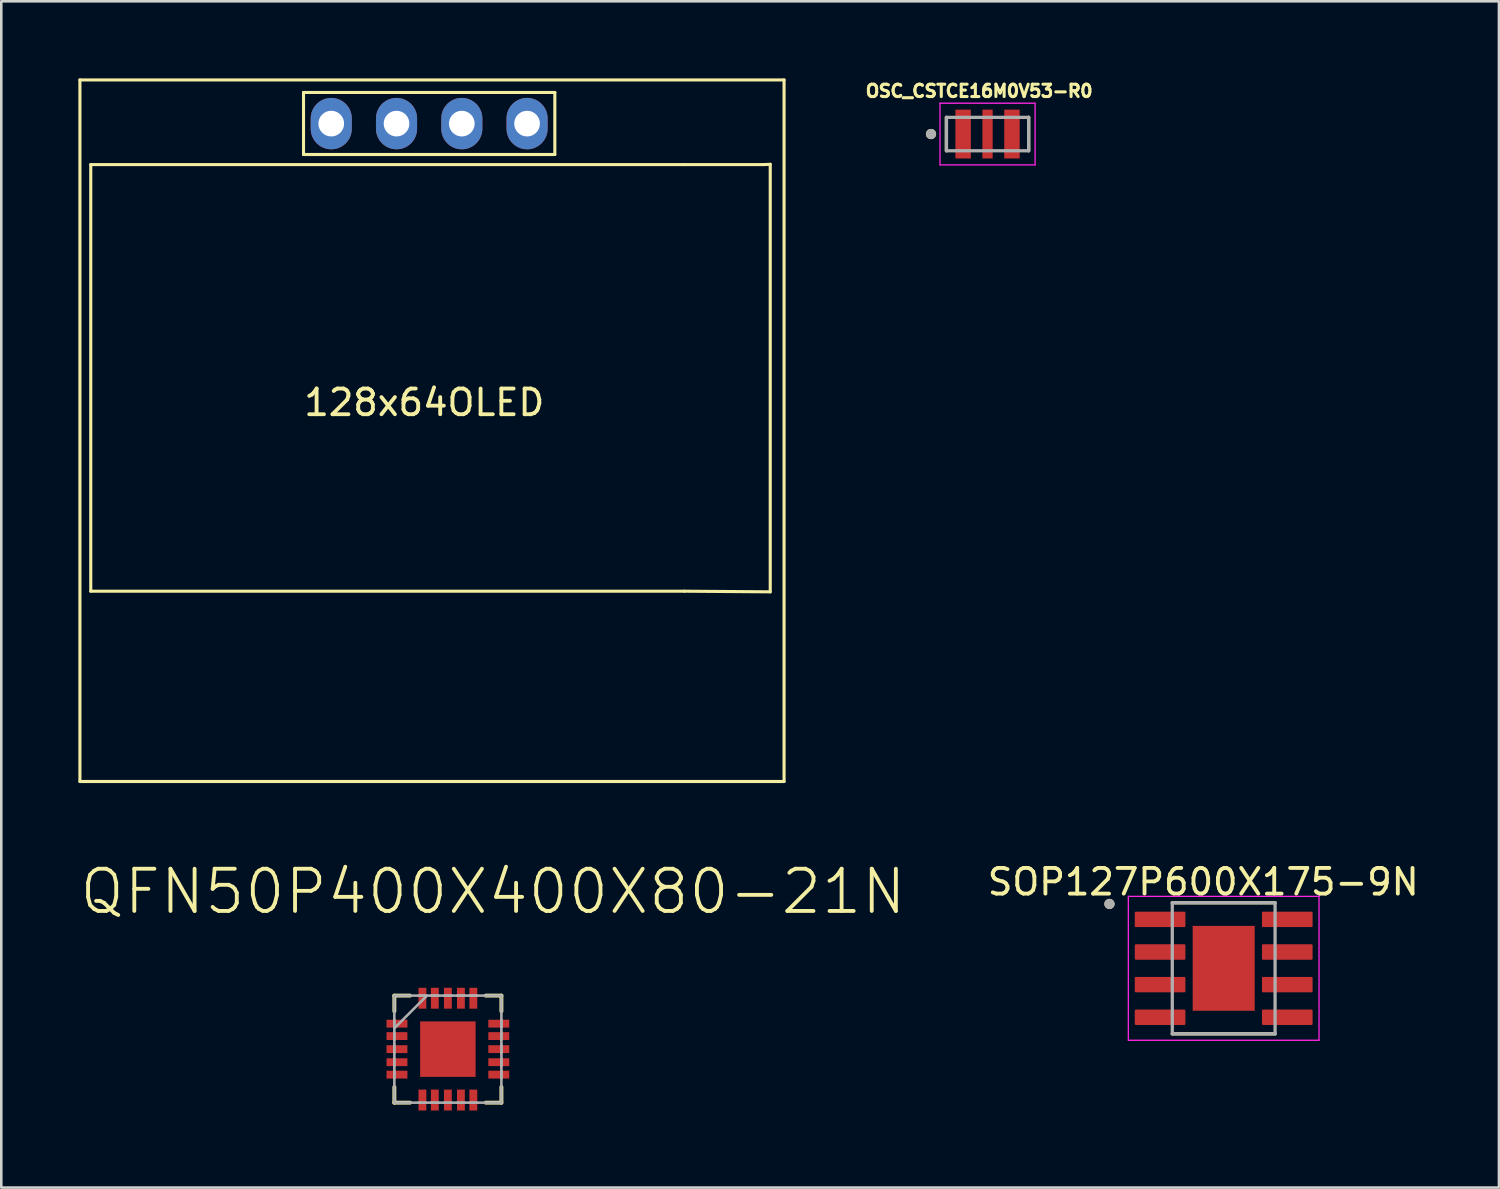
<source format=kicad_pcb>
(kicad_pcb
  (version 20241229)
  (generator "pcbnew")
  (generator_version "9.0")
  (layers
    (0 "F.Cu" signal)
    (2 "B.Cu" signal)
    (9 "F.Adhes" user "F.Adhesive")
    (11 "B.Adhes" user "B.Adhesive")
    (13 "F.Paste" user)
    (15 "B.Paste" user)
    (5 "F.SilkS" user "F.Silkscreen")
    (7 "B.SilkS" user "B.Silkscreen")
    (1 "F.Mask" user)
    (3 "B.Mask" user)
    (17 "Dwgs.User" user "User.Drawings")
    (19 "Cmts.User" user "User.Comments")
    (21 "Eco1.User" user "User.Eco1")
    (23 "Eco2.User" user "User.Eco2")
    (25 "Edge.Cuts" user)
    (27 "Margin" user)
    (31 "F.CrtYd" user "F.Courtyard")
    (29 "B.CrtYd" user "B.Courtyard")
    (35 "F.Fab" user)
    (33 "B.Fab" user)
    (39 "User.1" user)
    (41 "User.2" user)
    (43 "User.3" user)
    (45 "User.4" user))
  (footprint "SOP127P600X175-9N"
    (layer "F.Cu")
    (at 44.567 34.63)
    (property "Reference" "SOP127P600X175-9N" (at -0.795 -3.362 0) (layer "F.SilkS") (effects (font (size 1 1) (thickness 0.15))))
    (attr through_hole)
    (fp_line (start -2 -2.55) (end 2 -2.55) (stroke (width 0.127) (type solid)) (layer "F.SilkS"))
    (fp_line (start -2 2.55) (end 2 2.55) (stroke (width 0.127) (type solid)) (layer "F.SilkS"))
    (fp_circle (center -4.445 -2.505) (end -4.345 -2.505) (stroke (width 0.2) (type solid)) (fill no) (layer "F.SilkS"))
    (fp_poly (pts (xy -0.645 -0.82) (xy 0.645 -0.82) (xy 0.645 0.82) (xy -0.645 0.82)) (stroke (width 0.01) (type solid)) (fill yes) (layer "F.Paste"))
    (fp_line (start -3.71 -2.8) (end -3.71 2.8) (stroke (width 0.05) (type solid)) (layer "F.CrtYd"))
    (fp_line (start -3.71 -2.8) (end 3.71 -2.8) (stroke (width 0.05) (type solid)) (layer "F.CrtYd"))
    (fp_line (start -3.71 2.8) (end 3.71 2.8) (stroke (width 0.05) (type solid)) (layer "F.CrtYd"))
    (fp_line (start 3.71 -2.8) (end 3.71 2.8) (stroke (width 0.05) (type solid)) (layer "F.CrtYd"))
    (fp_line (start -2 -2.55) (end -2 2.55) (stroke (width 0.127) (type solid)) (layer "F.Fab"))
    (fp_line (start -2 -2.55) (end 2 -2.55) (stroke (width 0.127) (type solid)) (layer "F.Fab"))
    (fp_line (start -2 2.55) (end 2 2.55) (stroke (width 0.127) (type solid)) (layer "F.Fab"))
    (fp_line (start 2 -2.55) (end 2 2.55) (stroke (width 0.127) (type solid)) (layer "F.Fab"))
    (fp_circle (center -4.445 -2.505) (end -4.345 -2.505) (stroke (width 0.2) (type solid)) (fill no) (layer "F.Fab"))
    (pad "1" smd roundrect (at -2.475 -1.905) (size 1.97 0.6) (layers "F.Cu" "F.Mask" "F.Paste") (roundrect_rratio 0.07))
    (pad "2" smd roundrect (at -2.475 -0.635) (size 1.97 0.6) (layers "F.Cu" "F.Mask" "F.Paste") (roundrect_rratio 0.07))
    (pad "3" smd roundrect (at -2.475 0.635) (size 1.97 0.6) (layers "F.Cu" "F.Mask" "F.Paste") (roundrect_rratio 0.07))
    (pad "4" smd roundrect (at -2.475 1.905) (size 1.97 0.6) (layers "F.Cu" "F.Mask" "F.Paste") (roundrect_rratio 0.07))
    (pad "5" smd roundrect (at 2.475 1.905) (size 1.97 0.6) (layers "F.Cu" "F.Mask" "F.Paste") (roundrect_rratio 0.07))
    (pad "6" smd roundrect (at 2.475 0.635) (size 1.97 0.6) (layers "F.Cu" "F.Mask" "F.Paste") (roundrect_rratio 0.07))
    (pad "7" smd roundrect (at 2.475 -0.635) (size 1.97 0.6) (layers "F.Cu" "F.Mask" "F.Paste") (roundrect_rratio 0.07))
    (pad "8" smd roundrect (at 2.475 -1.905) (size 1.97 0.6) (layers "F.Cu" "F.Mask" "F.Paste") (roundrect_rratio 0.07))
    (pad "9" smd rect (at 0 0) (size 2.413 3.302) (layers "F.Cu" "F.Mask")))
  (footprint "OSC_CSTCE16M0V53-R0"
    (layer "F.Cu")
    (at 35.378 2.166)
    (property "Reference" "OSC_CSTCE16M0V53-R0" (at -0.326 -1.675 0) (layer "F.SilkS") (effects (font (size 0.48 0.48) (thickness 0.15))))
    (attr smd)
    (fp_line (start -1.6 0.65) (end -1.6 -0.65) (stroke (width 0.127) (type solid)) (layer "F.SilkS"))
    (fp_line (start 1.6 -0.65) (end 1.6 0.65) (stroke (width 0.127) (type solid)) (layer "F.SilkS"))
    (fp_circle (center -2.2 0) (end -2.1 0) (stroke (width 0.2) (type solid)) (fill no) (layer "F.SilkS"))
    (fp_line (start -1.85 -1.2) (end 1.85 -1.2) (stroke (width 0.05) (type solid)) (layer "F.CrtYd"))
    (fp_line (start -1.85 1.2) (end -1.85 -1.2) (stroke (width 0.05) (type solid)) (layer "F.CrtYd"))
    (fp_line (start 1.85 -1.2) (end 1.85 1.2) (stroke (width 0.05) (type solid)) (layer "F.CrtYd"))
    (fp_line (start 1.85 1.2) (end -1.85 1.2) (stroke (width 0.05) (type solid)) (layer "F.CrtYd"))
    (fp_line (start -1.6 -0.65) (end 1.6 -0.65) (stroke (width 0.127) (type solid)) (layer "F.Fab"))
    (fp_line (start -1.6 0.65) (end -1.6 -0.65) (stroke (width 0.127) (type solid)) (layer "F.Fab"))
    (fp_line (start 1.6 -0.65) (end 1.6 0.65) (stroke (width 0.127) (type solid)) (layer "F.Fab"))
    (fp_line (start 1.6 0.65) (end -1.6 0.65) (stroke (width 0.127) (type solid)) (layer "F.Fab"))
    (fp_circle (center -2.2 0) (end -2.1 0) (stroke (width 0.2) (type solid)) (fill no) (layer "F.Fab"))
    (pad "1" smd rect (at -0.95 0) (size 0.6 1.9) (layers "F.Cu" "F.Mask" "F.Paste"))
    (pad "2" smd rect (at 0 0) (size 0.4 1.9) (layers "F.Cu" "F.Mask" "F.Paste"))
    (pad "3" smd rect (at 0.95 0) (size 0.6 1.9) (layers "F.Cu" "F.Mask" "F.Paste")))
  (footprint "QFN50P400X400X80-21N"
    (layer "F.Cu")
    (at 14.378 37.775)
    (property "Reference" "QFN50P400X400X80-21N" (at 1.755 -6.13 0) (layer "F.SilkS") (effects (font (size 1.642 1.642) (thickness 0.15))))
    (attr through_hole)
    (fp_line (start -2.083 -2.083) (end -2.083 -1.473) (stroke (width 0.152) (type solid)) (layer "F.SilkS"))
    (fp_line (start -2.083 1.473) (end -2.083 2.083) (stroke (width 0.152) (type solid)) (layer "F.SilkS"))
    (fp_line (start -2.083 2.083) (end -1.473 2.083) (stroke (width 0.152) (type solid)) (layer "F.SilkS"))
    (fp_line (start -1.473 -2.083) (end -2.083 -2.083) (stroke (width 0.152) (type solid)) (layer "F.SilkS"))
    (fp_line (start 1.473 2.083) (end 2.083 2.083) (stroke (width 0.152) (type solid)) (layer "F.SilkS"))
    (fp_line (start 2.083 -2.083) (end 1.473 -2.083) (stroke (width 0.152) (type solid)) (layer "F.SilkS"))
    (fp_line (start 2.083 -1.473) (end 2.083 -2.083) (stroke (width 0.152) (type solid)) (layer "F.SilkS"))
    (fp_line (start 2.083 2.083) (end 2.083 1.473) (stroke (width 0.152) (type solid)) (layer "F.SilkS"))
    (fp_line (start -2.083 -2.083) (end -2.083 2.083) (stroke (width 0.1) (type solid)) (layer "F.Fab"))
    (fp_line (start -2.083 -1.143) (end -2.083 -0.838) (stroke (width 0.1) (type solid)) (layer "F.Fab"))
    (fp_line (start -2.083 -0.813) (end -0.813 -2.083) (stroke (width 0.1) (type solid)) (layer "F.Fab"))
    (fp_line (start -2.083 -0.66) (end -2.083 -0.356) (stroke (width 0.1) (type solid)) (layer "F.Fab"))
    (fp_line (start -2.083 -0.152) (end -2.083 0.152) (stroke (width 0.1) (type solid)) (layer "F.Fab"))
    (fp_line (start -2.083 0.356) (end -2.083 0.66) (stroke (width 0.1) (type solid)) (layer "F.Fab"))
    (fp_line (start -2.083 0.838) (end -2.083 1.143) (stroke (width 0.1) (type solid)) (layer "F.Fab"))
    (fp_line (start -2.083 2.083) (end 2.083 2.083) (stroke (width 0.1) (type solid)) (layer "F.Fab"))
    (fp_line (start -1.143 2.083) (end -0.838 2.083) (stroke (width 0.1) (type solid)) (layer "F.Fab"))
    (fp_line (start -0.838 -2.083) (end -1.143 -2.083) (stroke (width 0.1) (type solid)) (layer "F.Fab"))
    (fp_line (start -0.66 2.083) (end -0.356 2.083) (stroke (width 0.1) (type solid)) (layer "F.Fab"))
    (fp_line (start -0.356 -2.083) (end -0.66 -2.083) (stroke (width 0.1) (type solid)) (layer "F.Fab"))
    (fp_line (start -0.152 2.083) (end 0.152 2.083) (stroke (width 0.1) (type solid)) (layer "F.Fab"))
    (fp_line (start 0.152 -2.083) (end -0.152 -2.083) (stroke (width 0.1) (type solid)) (layer "F.Fab"))
    (fp_line (start 0.356 2.083) (end 0.66 2.083) (stroke (width 0.1) (type solid)) (layer "F.Fab"))
    (fp_line (start 0.66 -2.083) (end 0.356 -2.083) (stroke (width 0.1) (type solid)) (layer "F.Fab"))
    (fp_line (start 0.838 2.083) (end 1.143 2.083) (stroke (width 0.1) (type solid)) (layer "F.Fab"))
    (fp_line (start 1.143 -2.083) (end 0.838 -2.083) (stroke (width 0.1) (type solid)) (layer "F.Fab"))
    (fp_line (start 2.083 -2.083) (end -2.083 -2.083) (stroke (width 0.1) (type solid)) (layer "F.Fab"))
    (fp_line (start 2.083 -0.838) (end 2.083 -1.143) (stroke (width 0.1) (type solid)) (layer "F.Fab"))
    (fp_line (start 2.083 -0.356) (end 2.083 -0.66) (stroke (width 0.1) (type solid)) (layer "F.Fab"))
    (fp_line (start 2.083 0.152) (end 2.083 -0.152) (stroke (width 0.1) (type solid)) (layer "F.Fab"))
    (fp_line (start 2.083 0.66) (end 2.083 0.356) (stroke (width 0.1) (type solid)) (layer "F.Fab"))
    (fp_line (start 2.083 1.143) (end 2.083 0.838) (stroke (width 0.1) (type solid)) (layer "F.Fab"))
    (fp_line (start 2.083 2.083) (end 2.083 -2.083) (stroke (width 0.1) (type solid)) (layer "F.Fab"))
    (pad "1" smd rect (at -1.981 -0.991 270) (size 0.305 0.813) (layers "F.Cu" "F.Mask" "F.Paste"))
    (pad "2" smd rect (at -1.981 -0.508 270) (size 0.305 0.813) (layers "F.Cu" "F.Mask" "F.Paste"))
    (pad "3" smd rect (at -1.981 0 270) (size 0.305 0.813) (layers "F.Cu" "F.Mask" "F.Paste"))
    (pad "4" smd rect (at -1.981 0.508 270) (size 0.305 0.813) (layers "F.Cu" "F.Mask" "F.Paste"))
    (pad "5" smd rect (at -1.981 0.991 270) (size 0.305 0.813) (layers "F.Cu" "F.Mask" "F.Paste"))
    (pad "6" smd rect (at -0.991 1.981 180) (size 0.305 0.813) (layers "F.Cu" "F.Mask" "F.Paste"))
    (pad "7" smd rect (at -0.508 1.981 180) (size 0.305 0.813) (layers "F.Cu" "F.Mask" "F.Paste"))
    (pad "8" smd rect (at 0 1.981 180) (size 0.305 0.813) (layers "F.Cu" "F.Mask" "F.Paste"))
    (pad "9" smd rect (at 0.508 1.981 180) (size 0.305 0.813) (layers "F.Cu" "F.Mask" "F.Paste"))
    (pad "10" smd rect (at 0.991 1.981 180) (size 0.305 0.813) (layers "F.Cu" "F.Mask" "F.Paste"))
    (pad "11" smd rect (at 1.981 0.991 270) (size 0.305 0.813) (layers "F.Cu" "F.Mask" "F.Paste"))
    (pad "12" smd rect (at 1.981 0.508 270) (size 0.305 0.813) (layers "F.Cu" "F.Mask" "F.Paste"))
    (pad "13" smd rect (at 1.981 0 270) (size 0.305 0.813) (layers "F.Cu" "F.Mask" "F.Paste"))
    (pad "14" smd rect (at 1.981 -0.508 270) (size 0.305 0.813) (layers "F.Cu" "F.Mask" "F.Paste"))
    (pad "15" smd rect (at 1.981 -0.991 270) (size 0.305 0.813) (layers "F.Cu" "F.Mask" "F.Paste"))
    (pad "16" smd rect (at 0.991 -1.981 180) (size 0.305 0.813) (layers "F.Cu" "F.Mask" "F.Paste"))
    (pad "17" smd rect (at 0.508 -1.981 180) (size 0.305 0.813) (layers "F.Cu" "F.Mask" "F.Paste"))
    (pad "18" smd rect (at 0 -1.981 180) (size 0.305 0.813) (layers "F.Cu" "F.Mask" "F.Paste"))
    (pad "19" smd rect (at -0.508 -1.981 180) (size 0.305 0.813) (layers "F.Cu" "F.Mask" "F.Paste"))
    (pad "20" smd rect (at -0.991 -1.981 180) (size 0.305 0.813) (layers "F.Cu" "F.Mask" "F.Paste"))
    (pad "21" smd rect (at 0 0) (size 2.159 2.159) (layers "F.Cu" "F.Mask" "F.Paste")))
  (footprint "128x64OLED"
    (layer "F.Cu")
    (at 13.46 12.36)
    (property "Reference" "128x64OLED" (at 0 0.254 0) (layer "F.SilkS") (effects (font (size 1 1) (thickness 0.15))))
    (attr through_hole)
    (fp_line (start -13.4 -12.3) (end 14 -12.3) (stroke (width 0.12) (type solid)) (layer "F.SilkS"))
    (fp_line (start -13.4 15) (end -13.4 -12.3) (stroke (width 0.12) (type solid)) (layer "F.SilkS"))
    (fp_line (start -12.978 -9.005) (end 10.122 -9.005) (stroke (width 0.12) (type solid)) (layer "F.SilkS"))
    (fp_line (start -12.978 7.595) (end -12.978 -9.005) (stroke (width 0.12) (type solid)) (layer "F.SilkS"))
    (fp_line (start -4.699 -11.811) (end -4.699 -9.398) (stroke (width 0.12) (type solid)) (layer "F.SilkS"))
    (fp_line (start -4.699 -11.811) (end 5.08 -11.811) (stroke (width 0.12) (type solid)) (layer "F.SilkS"))
    (fp_line (start 5.08 -11.811) (end 5.08 -9.398) (stroke (width 0.12) (type solid)) (layer "F.SilkS"))
    (fp_line (start 5.08 -9.398) (end -4.699 -9.398) (stroke (width 0.12) (type solid)) (layer "F.SilkS"))
    (fp_line (start 10.122 -9.005) (end 13.208 -9.005) (stroke (width 0.12) (type solid)) (layer "F.SilkS"))
    (fp_line (start 10.122 7.595) (end -12.978 7.595) (stroke (width 0.12) (type solid)) (layer "F.SilkS"))
    (fp_line (start 10.122 7.595) (end 13.462 7.62) (stroke (width 0.12) (type solid)) (layer "F.SilkS"))
    (fp_line (start 13.462 -9.017) (end 13.208 -9.005) (stroke (width 0.12) (type solid)) (layer "F.SilkS"))
    (fp_line (start 13.462 7.62) (end 13.462 -9.017) (stroke (width 0.12) (type solid)) (layer "F.SilkS"))
    (fp_line (start 14 -12.3) (end 14 15) (stroke (width 0.12) (type solid)) (layer "F.SilkS"))
    (fp_line (start 14 15) (end -13.4 15) (stroke (width 0.12) (type solid)) (layer "F.SilkS"))
    (pad "1" thru_hole oval (at -3.62 -10.6 90) (size 2 1.6) (drill 1) (layers "*.Cu" "*.Mask"))
    (pad "2" thru_hole oval (at -1.08 -10.6 90) (size 2 1.6) (drill 1) (layers "*.Cu" "*.Mask"))
    (pad "3" thru_hole oval (at 1.46 -10.6 90) (size 2 1.6) (drill 1) (layers "*.Cu" "*.Mask"))
    (pad "4" thru_hole oval (at 4 -10.6 90) (size 2 1.6) (drill 1) (layers "*.Cu" "*.Mask")))
  (gr_rect
    (start -3 -3)
    (end 55.278 43.162)
    (stroke (width 0.1) (type default))
    (fill no)
    (layer "Edge.Cuts")))
</source>
